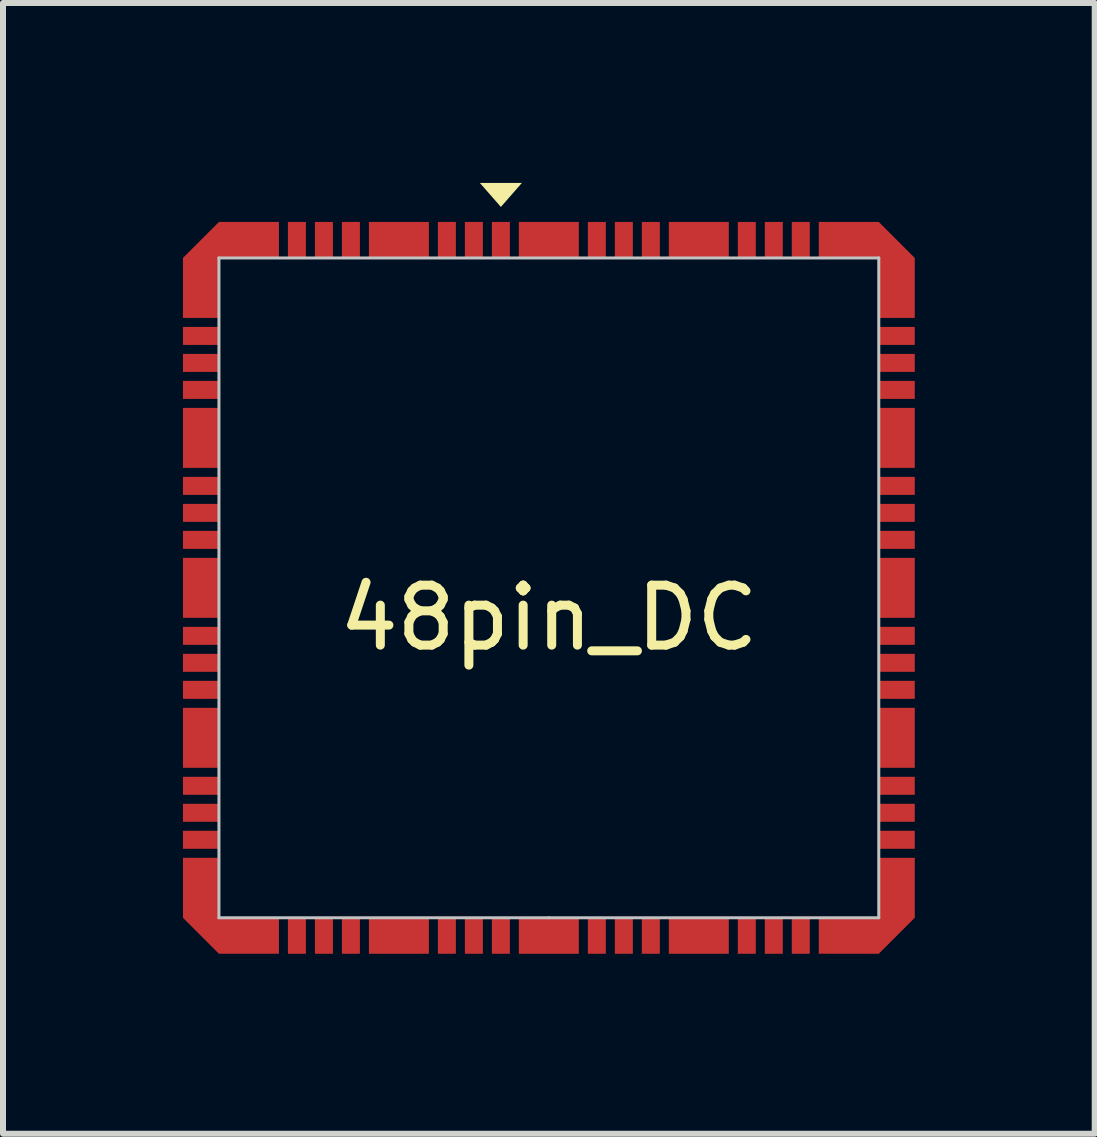
<source format=kicad_pcb>
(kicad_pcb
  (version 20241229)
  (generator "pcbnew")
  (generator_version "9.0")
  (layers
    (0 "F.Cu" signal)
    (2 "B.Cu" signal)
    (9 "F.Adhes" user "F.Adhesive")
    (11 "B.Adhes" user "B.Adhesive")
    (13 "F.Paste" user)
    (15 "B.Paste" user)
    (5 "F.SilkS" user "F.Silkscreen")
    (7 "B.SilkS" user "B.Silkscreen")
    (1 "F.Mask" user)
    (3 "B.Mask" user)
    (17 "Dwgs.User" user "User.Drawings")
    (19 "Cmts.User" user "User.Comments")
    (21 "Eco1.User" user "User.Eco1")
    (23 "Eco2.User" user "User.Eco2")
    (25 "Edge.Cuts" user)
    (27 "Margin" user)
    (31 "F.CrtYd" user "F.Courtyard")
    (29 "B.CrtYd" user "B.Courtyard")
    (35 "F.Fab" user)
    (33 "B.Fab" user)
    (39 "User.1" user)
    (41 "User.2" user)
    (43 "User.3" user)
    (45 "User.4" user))
  (footprint "48pin_DC"
    (layer "F.Cu")
    (at 6.1 6.75)
    (property "Reference" "48pin_DC" (at 0 0.5 0) (layer "F.SilkS") (effects (font (size 1 1) (thickness 0.15))))
    (attr through_hole)
    (fp_poly (pts (xy -0.8 -6.35) (xy -1.15 -6.75) (xy -0.45 -6.75)) (stroke (width 0) (type solid)) (fill yes) (layer "F.SilkS"))
    (fp_line (start -5.5 -5.5) (end -5.5 5.5) (stroke (width 0.05) (type solid)) (layer "Dwgs.User"))
    (fp_line (start -5.5 5.5) (end 0 5.5) (stroke (width 0.05) (type solid)) (layer "Dwgs.User"))
    (fp_line (start 0 5.5) (end 5.5 5.5) (stroke (width 0.05) (type solid)) (layer "Dwgs.User"))
    (fp_line (start 5.5 -5.5) (end -5.5 -5.5) (stroke (width 0.05) (type solid)) (layer "Dwgs.User"))
    (fp_line (start 5.5 5.5) (end 5.5 -5.5) (stroke (width 0.05) (type solid)) (layer "Dwgs.User"))
    (pad "1" smd rect (at -0.8 -5.8) (size 0.3 0.6) (layers "F.Cu" "F.Mask" "F.Paste"))
    (pad "2" smd rect (at -1.25 -5.8) (size 0.3 0.6) (layers "F.Cu" "F.Mask" "F.Paste"))
    (pad "3" smd rect (at -1.7 -5.8) (size 0.3 0.6) (layers "F.Cu" "F.Mask" "F.Paste"))
    (pad "4" smd rect (at -3.3 -5.8) (size 0.3 0.6) (layers "F.Cu" "F.Mask" "F.Paste"))
    (pad "5" smd rect (at -3.75 -5.8) (size 0.3 0.6) (layers "F.Cu" "F.Mask" "F.Paste"))
    (pad "6" smd rect (at -4.2 -5.8) (size 0.3 0.6) (layers "F.Cu" "F.Mask" "F.Paste"))
    (pad "7" smd rect (at -5.8 -4.2 90) (size 0.3 0.6) (layers "F.Cu" "F.Mask" "F.Paste"))
    (pad "8" smd rect (at -5.8 -3.75 90) (size 0.3 0.6) (layers "F.Cu" "F.Mask" "F.Paste"))
    (pad "9" smd rect (at -5.8 -3.3 90) (size 0.3 0.6) (layers "F.Cu" "F.Mask" "F.Paste"))
    (pad "10" smd rect (at -5.8 -1.7 90) (size 0.3 0.6) (layers "F.Cu" "F.Mask" "F.Paste"))
    (pad "11" smd rect (at -5.8 -1.25 90) (size 0.3 0.6) (layers "F.Cu" "F.Mask" "F.Paste"))
    (pad "12" smd rect (at -5.8 -0.8 90) (size 0.3 0.6) (layers "F.Cu" "F.Mask" "F.Paste"))
    (pad "13" smd rect (at -5.8 0.8 90) (size 0.3 0.6) (layers "F.Cu" "F.Mask" "F.Paste"))
    (pad "14" smd rect (at -5.8 1.25 90) (size 0.3 0.6) (layers "F.Cu" "F.Mask" "F.Paste"))
    (pad "15" smd rect (at -5.8 1.7 90) (size 0.3 0.6) (layers "F.Cu" "F.Mask" "F.Paste"))
    (pad "16" smd rect (at -5.8 3.3 90) (size 0.3 0.6) (layers "F.Cu" "F.Mask" "F.Paste"))
    (pad "17" smd rect (at -5.8 3.75 90) (size 0.3 0.6) (layers "F.Cu" "F.Mask" "F.Paste"))
    (pad "18" smd rect (at -5.8 4.2 90) (size 0.3 0.6) (layers "F.Cu" "F.Mask" "F.Paste"))
    (pad "19" smd rect (at -4.2 5.8) (size 0.3 0.6) (layers "F.Cu" "F.Mask" "F.Paste"))
    (pad "20" smd rect (at -3.75 5.8) (size 0.3 0.6) (layers "F.Cu" "F.Mask" "F.Paste"))
    (pad "21" smd rect (at -3.3 5.8) (size 0.3 0.6) (layers "F.Cu" "F.Mask" "F.Paste"))
    (pad "22" smd rect (at -1.7 5.8) (size 0.3 0.6) (layers "F.Cu" "F.Mask" "F.Paste"))
    (pad "23" smd rect (at -1.25 5.8) (size 0.3 0.6) (layers "F.Cu" "F.Mask" "F.Paste"))
    (pad "24" smd rect (at -0.8 5.8) (size 0.3 0.6) (layers "F.Cu" "F.Mask" "F.Paste"))
    (pad "25" smd rect (at 0.8 5.8) (size 0.3 0.6) (layers "F.Cu" "F.Mask" "F.Paste"))
    (pad "26" smd rect (at 1.25 5.8) (size 0.3 0.6) (layers "F.Cu" "F.Mask" "F.Paste"))
    (pad "27" smd rect (at 1.7 5.8) (size 0.3 0.6) (layers "F.Cu" "F.Mask" "F.Paste"))
    (pad "28" smd rect (at 3.3 5.8) (size 0.3 0.6) (layers "F.Cu" "F.Mask" "F.Paste"))
    (pad "29" smd rect (at 3.75 5.8) (size 0.3 0.6) (layers "F.Cu" "F.Mask" "F.Paste"))
    (pad "30" smd rect (at 4.2 5.8) (size 0.3 0.6) (layers "F.Cu" "F.Mask" "F.Paste"))
    (pad "31" smd rect (at 5.8 4.2 90) (size 0.3 0.6) (layers "F.Cu" "F.Mask" "F.Paste"))
    (pad "32" smd rect (at 5.8 3.75 90) (size 0.3 0.6) (layers "F.Cu" "F.Mask" "F.Paste"))
    (pad "33" smd rect (at 5.8 3.3 90) (size 0.3 0.6) (layers "F.Cu" "F.Mask" "F.Paste"))
    (pad "34" smd rect (at 5.8 1.7 90) (size 0.3 0.6) (layers "F.Cu" "F.Mask" "F.Paste"))
    (pad "35" smd rect (at 5.8 1.25 90) (size 0.3 0.6) (layers "F.Cu" "F.Mask" "F.Paste"))
    (pad "36" smd rect (at 5.8 0.8 90) (size 0.3 0.6) (layers "F.Cu" "F.Mask" "F.Paste"))
    (pad "37" smd rect (at 5.8 -0.8 90) (size 0.3 0.6) (layers "F.Cu" "F.Mask" "F.Paste"))
    (pad "38" smd rect (at 5.8 -1.25 90) (size 0.3 0.6) (layers "F.Cu" "F.Mask" "F.Paste"))
    (pad "39" smd rect (at 5.8 -1.7 90) (size 0.3 0.6) (layers "F.Cu" "F.Mask" "F.Paste"))
    (pad "40" smd rect (at 5.8 -3.3 90) (size 0.3 0.6) (layers "F.Cu" "F.Mask" "F.Paste"))
    (pad "41" smd rect (at 5.8 -3.75 90) (size 0.3 0.6) (layers "F.Cu" "F.Mask" "F.Paste"))
    (pad "42" smd rect (at 5.8 -4.2 90) (size 0.3 0.6) (layers "F.Cu" "F.Mask" "F.Paste"))
    (pad "43" smd rect (at 4.2 -5.8) (size 0.3 0.6) (layers "F.Cu" "F.Mask" "F.Paste"))
    (pad "44" smd rect (at 3.75 -5.8) (size 0.3 0.6) (layers "F.Cu" "F.Mask" "F.Paste"))
    (pad "45" smd rect (at 3.3 -5.8) (size 0.3 0.6) (layers "F.Cu" "F.Mask" "F.Paste"))
    (pad "46" smd rect (at 1.7 -5.8) (size 0.3 0.6) (layers "F.Cu" "F.Mask" "F.Paste"))
    (pad "47" smd rect (at 1.25 -5.8) (size 0.3 0.6) (layers "F.Cu" "F.Mask" "F.Paste"))
    (pad "48" smd rect (at 0.8 -5.8) (size 0.3 0.6) (layers "F.Cu" "F.Mask" "F.Paste"))
    (pad "49" smd rect (at 0 -5.8) (size 1 0.6) (layers "F.Cu" "F.Mask" "F.Paste"))
    (pad "50" smd rect (at -2.5 -5.8) (size 1 0.6) (layers "F.Cu" "F.Mask" "F.Paste"))
    (pad "51" smd custom (at -5 -5.8) (size 1 0.6) (layers "F.Cu" "F.Mask" "F.Paste") (options (anchor rect)) (primitives (gr_poly (pts (xy -0.4 0.3) (xy -0.5 0.3) (xy -0.5 1.3) (xy -1.1 1.3) (xy -1.1 0.3) (xy -0.5 -0.3) (xy -0.4 -0.3)) (width 0) (fill yes))))
    (pad "52" smd rect (at -5.8 -2.5 90) (size 1 0.6) (layers "F.Cu" "F.Mask" "F.Paste"))
    (pad "53" smd rect (at -5.8 0 90) (size 1 0.6) (layers "F.Cu" "F.Mask" "F.Paste"))
    (pad "54" smd rect (at -5.8 2.5 90) (size 1 0.6) (layers "F.Cu" "F.Mask" "F.Paste"))
    (pad "55" smd custom (at -5 5.8) (size 1 0.6) (layers "F.Cu" "F.Mask" "F.Paste") (options (anchor rect)) (primitives (gr_poly (pts (xy -0.5 -0.3) (xy -0.4 -0.3) (xy -0.4 0.3) (xy -0.5 0.3) (xy -1.1 -0.3) (xy -1.1 -1.3) (xy -0.5 -1.3)) (width 0) (fill yes))))
    (pad "56" smd rect (at -2.5 5.8) (size 1 0.6) (layers "F.Cu" "F.Mask" "F.Paste"))
    (pad "57" smd rect (at 0 5.8) (size 1 0.6) (layers "F.Cu" "F.Mask" "F.Paste"))
    (pad "58" smd rect (at 2.5 5.8) (size 1 0.6) (layers "F.Cu" "F.Mask" "F.Paste"))
    (pad "59" smd custom (at 5 5.8) (size 1 0.6) (layers "F.Cu" "F.Mask" "F.Paste") (options (anchor rect)) (primitives (gr_poly (pts (xy 1.1 -0.3) (xy 0.5 0.3) (xy 0.4 0.3) (xy 0.4 -0.3) (xy 0.5 -0.3) (xy 0.5 -1.3) (xy 1.1 -1.3)) (width 0) (fill yes))))
    (pad "60" smd rect (at 5.8 2.5 90) (size 1 0.6) (layers "F.Cu" "F.Mask" "F.Paste"))
    (pad "61" smd rect (at 5.8 0 90) (size 1 0.6) (layers "F.Cu" "F.Mask" "F.Paste"))
    (pad "62" smd rect (at 5.8 -2.5 90) (size 1 0.6) (layers "F.Cu" "F.Mask" "F.Paste"))
    (pad "63" smd custom (at 5 -5.8) (size 1 0.6) (layers "F.Cu" "F.Mask" "F.Paste") (options (anchor rect)) (primitives (gr_poly (pts (xy 1.1 0.3) (xy 1.1 1.3) (xy 0.5 1.3) (xy 0.5 0.3) (xy 0.4 0.3) (xy 0.4 -0.3) (xy 0.5 -0.3)) (width 0) (fill yes))))
    (pad "64" smd rect (at 2.5 -5.8) (size 1 0.6) (layers "F.Cu" "F.Mask" "F.Paste")))
  (gr_rect
    (start -3 -3)
    (end 15.2 15.85)
    (stroke (width 0.1) (type default))
    (fill no)
    (layer "Edge.Cuts")))
</source>
